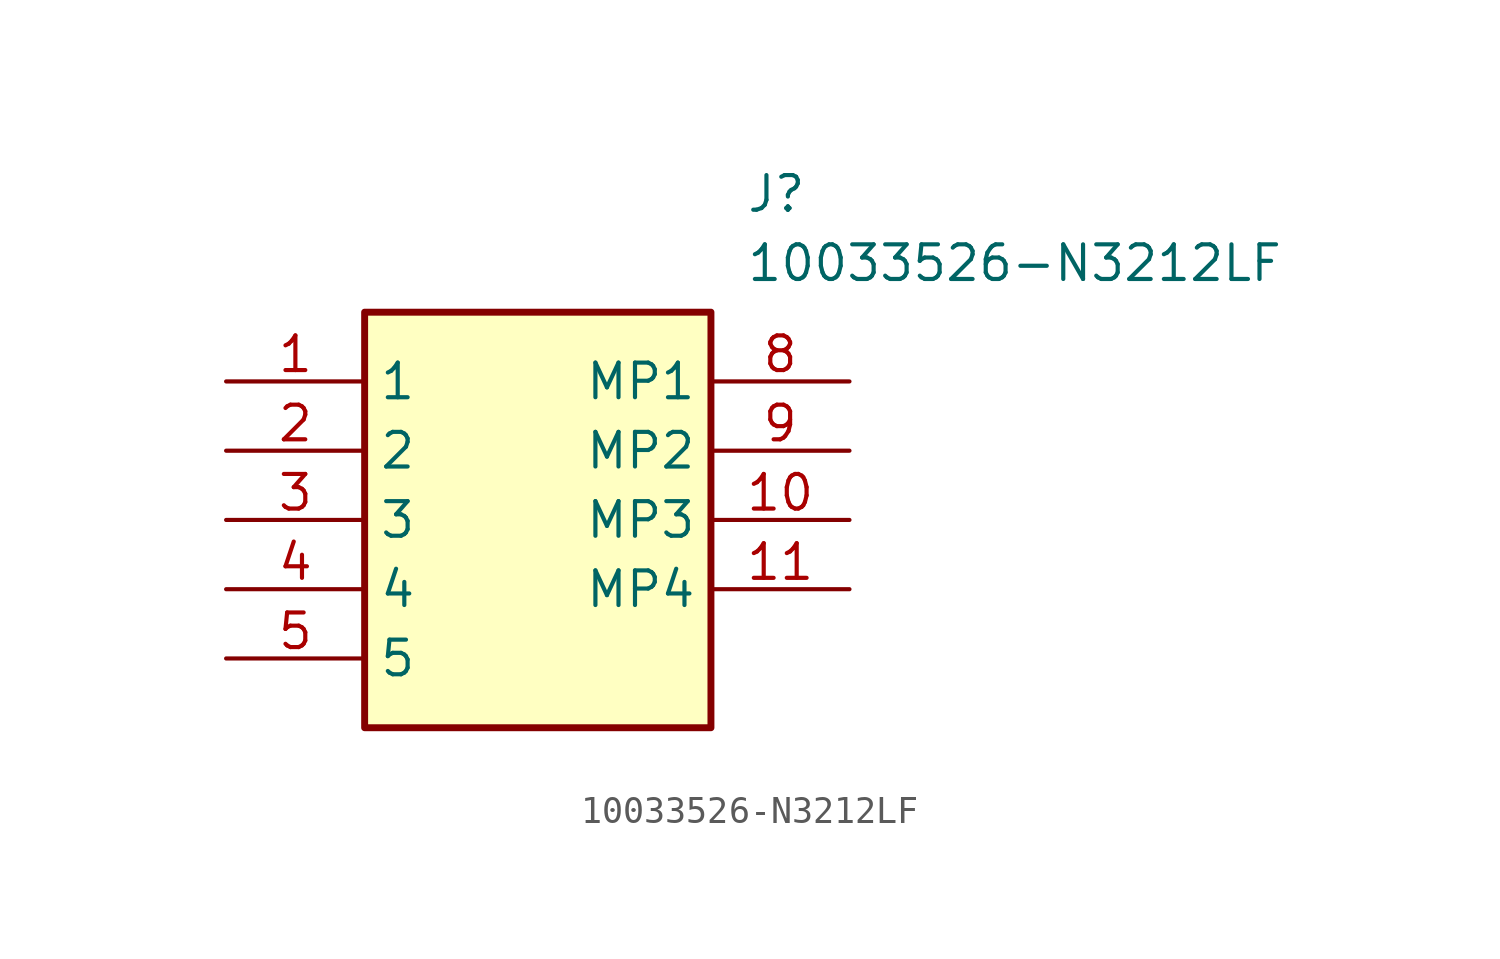
<source format=kicad_sym>
(kicad_symbol_lib
  (version 20241209)
  (generator "kicad_symbol_editor")
  (generator_version "9.0")
  (symbol "10033526-N3212LF"
    (property "Reference" "J"
      (at 19.05 7.62 0)
      (effects (font (size 1.27 1.27)) (justify left top)))
    (property "Value" "10033526-N3212LF"
      (at 19.05 5.08 0)
      (effects (font (size 1.27 1.27)) (justify left top)))
    (symbol "10033526-N3212LF_1_1"
      (rectangle (start 5.08 2.54) (end 17.78 -12.7) (stroke (width 0.254) (type default)) (fill (type background)))
      (pin passive line (at 0 0 0) (length 5.08) (name "1" (effects (font (size 1.27 1.27)))) (number "1" (effects (font (size 1.27 1.27)))))
      (pin passive line (at 0 -2.54 0) (length 5.08) (name "2" (effects (font (size 1.27 1.27)))) (number "2" (effects (font (size 1.27 1.27)))))
      (pin passive line (at 0 -5.08 0) (length 5.08) (name "3" (effects (font (size 1.27 1.27)))) (number "3" (effects (font (size 1.27 1.27)))))
      (pin passive line (at 0 -7.62 0) (length 5.08) (name "4" (effects (font (size 1.27 1.27)))) (number "4" (effects (font (size 1.27 1.27)))))
      (pin passive line (at 0 -10.16 0) (length 5.08) (name "5" (effects (font (size 1.27 1.27)))) (number "5" (effects (font (size 1.27 1.27)))))
      (pin passive line (at 22.86 0 180) (length 5.08) (name "MP1" (effects (font (size 1.27 1.27)))) (number "8" (effects (font (size 1.27 1.27)))))
      (pin passive line (at 22.86 -2.54 180) (length 5.08) (name "MP2" (effects (font (size 1.27 1.27)))) (number "9" (effects (font (size 1.27 1.27)))))
      (pin passive line (at 22.86 -5.08 180) (length 5.08) (name "MP3" (effects (font (size 1.27 1.27)))) (number "10" (effects (font (size 1.27 1.27)))))
      (pin passive line (at 22.86 -7.62 180) (length 5.08) (name "MP4" (effects (font (size 1.27 1.27)))) (number "11" (effects (font (size 1.27 1.27))))))))
</source>
